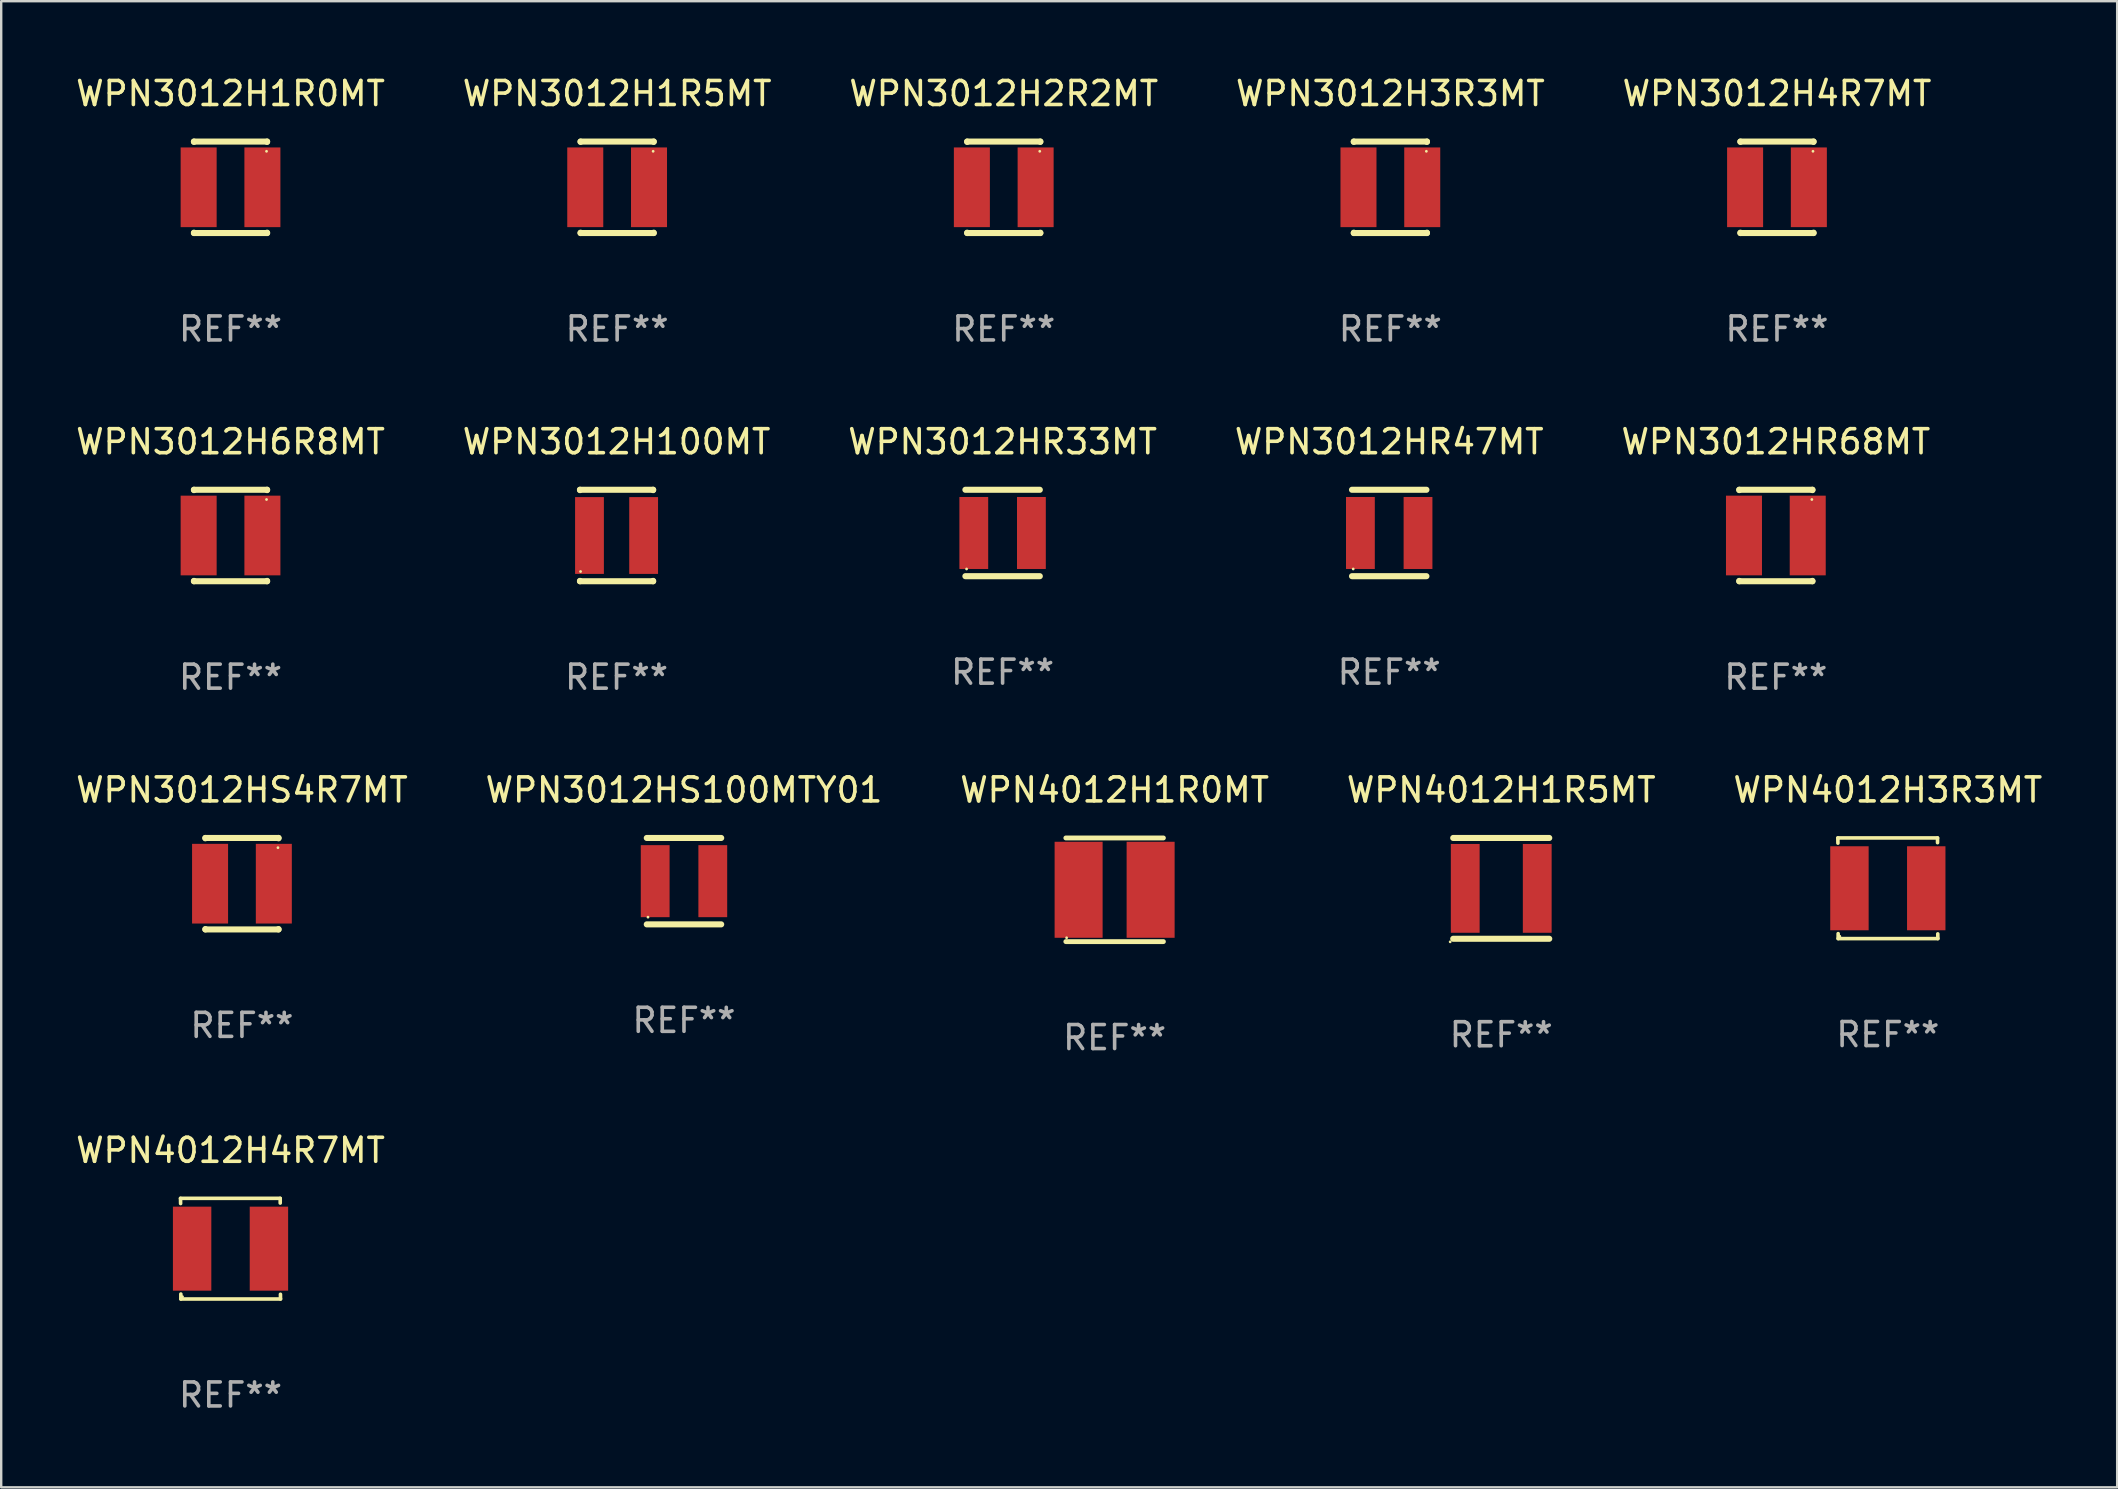
<source format=kicad_pcb>
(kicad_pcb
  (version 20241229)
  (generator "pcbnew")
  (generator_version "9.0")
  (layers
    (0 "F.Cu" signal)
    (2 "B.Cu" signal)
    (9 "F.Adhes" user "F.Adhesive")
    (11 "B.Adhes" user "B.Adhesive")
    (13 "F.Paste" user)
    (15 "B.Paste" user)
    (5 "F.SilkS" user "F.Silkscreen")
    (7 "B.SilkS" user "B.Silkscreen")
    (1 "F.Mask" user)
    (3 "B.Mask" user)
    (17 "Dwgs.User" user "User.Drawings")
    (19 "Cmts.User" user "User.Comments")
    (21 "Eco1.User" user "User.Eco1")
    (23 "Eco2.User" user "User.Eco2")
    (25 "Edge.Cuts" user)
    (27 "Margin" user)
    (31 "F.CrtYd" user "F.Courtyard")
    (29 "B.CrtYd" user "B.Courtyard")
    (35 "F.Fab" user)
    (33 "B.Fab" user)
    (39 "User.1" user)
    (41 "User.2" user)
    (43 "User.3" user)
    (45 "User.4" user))
  (footprint "WPN3012HR68MT"
    (layer "F.Cu")
    (at 70.935 19.26)
    (property "Reference" "WPN3012HR68MT" (at 0 -3.905 0) (layer "F.SilkS") (effects (font (size 1 1) (thickness 0.15))))
    (attr through_hole)
    (fp_line (start -1.524 -1.905) (end 1.524 -1.905) (stroke (width 0.254) (type solid)) (layer "F.SilkS"))
    (fp_line (start -1.524 -1.891) (end -1.524 -1.905) (stroke (width 0.254) (type solid)) (layer "F.SilkS"))
    (fp_line (start -1.524 1.905) (end -1.524 1.891) (stroke (width 0.254) (type solid)) (layer "F.SilkS"))
    (fp_line (start -1.524 1.905) (end 1.524 1.905) (stroke (width 0.254) (type solid)) (layer "F.SilkS"))
    (fp_line (start 1.524 -1.905) (end 1.524 -1.891) (stroke (width 0.254) (type solid)) (layer "F.SilkS"))
    (fp_line (start 1.524 1.891) (end 1.524 1.905) (stroke (width 0.254) (type solid)) (layer "F.SilkS"))
    (fp_circle (center 1.5 -1.5) (end 1.53 -1.5) (stroke (width 0.06) (type solid)) (fill no) (layer "F.SilkS"))
    (fp_text user "REF**" (at 0 5.905 0) (layer "F.Fab") (effects (font (size 1 1) (thickness 0.15))))
    (pad "1" smd rect (at 1.328 0) (size 1.5 3.32) (layers "F.Cu" "F.Mask" "F.Paste"))
    (pad "2" smd rect (at -1.328 0) (size 1.5 3.32) (layers "F.Cu" "F.Mask" "F.Paste")))
  (footprint "WPN3012HR47MT"
    (layer "F.Cu")
    (at 54.827 19.155)
    (property "Reference" "WPN3012HR47MT" (at 0 -3.8 0) (layer "F.SilkS") (effects (font (size 1 1) (thickness 0.15))))
    (attr through_hole)
    (fp_line (start -1.55 -1.8) (end 1.55 -1.8) (stroke (width 0.254) (type solid)) (layer "F.SilkS"))
    (fp_line (start -1.55 1.8) (end 1.55 1.8) (stroke (width 0.254) (type solid)) (layer "F.SilkS"))
    (fp_circle (center -1.5 1.5) (end -1.47 1.5) (stroke (width 0.06) (type solid)) (fill no) (layer "F.SilkS"))
    (fp_text user "REF**" (at 0 5.8 0) (layer "F.Fab") (effects (font (size 1 1) (thickness 0.15))))
    (pad "1" smd rect (at -1.2 0 90) (size 3 1.2) (layers "F.Cu" "F.Mask" "F.Paste"))
    (pad "2" smd rect (at 1.2 0 90) (size 3 1.2) (layers "F.Cu" "F.Mask" "F.Paste")))
  (footprint "WPN3012H3R3MT"
    (layer "F.Cu")
    (at 54.875 4.753)
    (property "Reference" "WPN3012H3R3MT" (at 0 -3.905 0) (layer "F.SilkS") (effects (font (size 1 1) (thickness 0.15))))
    (attr through_hole)
    (fp_line (start -1.524 -1.905) (end 1.524 -1.905) (stroke (width 0.254) (type solid)) (layer "F.SilkS"))
    (fp_line (start -1.524 -1.891) (end -1.524 -1.905) (stroke (width 0.254) (type solid)) (layer "F.SilkS"))
    (fp_line (start -1.524 1.905) (end -1.524 1.891) (stroke (width 0.254) (type solid)) (layer "F.SilkS"))
    (fp_line (start -1.524 1.905) (end 1.524 1.905) (stroke (width 0.254) (type solid)) (layer "F.SilkS"))
    (fp_line (start 1.524 -1.905) (end 1.524 -1.891) (stroke (width 0.254) (type solid)) (layer "F.SilkS"))
    (fp_line (start 1.524 1.891) (end 1.524 1.905) (stroke (width 0.254) (type solid)) (layer "F.SilkS"))
    (fp_circle (center 1.5 -1.5) (end 1.53 -1.5) (stroke (width 0.06) (type solid)) (fill no) (layer "F.SilkS"))
    (fp_text user "REF**" (at 0 5.905 0) (layer "F.Fab") (effects (font (size 1 1) (thickness 0.15))))
    (pad "1" smd rect (at 1.328 0) (size 1.5 3.32) (layers "F.Cu" "F.Mask" "F.Paste"))
    (pad "2" smd rect (at -1.328 0) (size 1.5 3.32) (layers "F.Cu" "F.Mask" "F.Paste")))
  (footprint "WPN3012HS100MTY01"
    (layer "F.Cu")
    (at 25.446 33.661)
    (property "Reference" "WPN3012HS100MTY01" (at 0 -3.8 0) (layer "F.SilkS") (effects (font (size 1 1) (thickness 0.15))))
    (attr through_hole)
    (fp_line (start -1.55 -1.8) (end 1.55 -1.8) (stroke (width 0.254) (type solid)) (layer "F.SilkS"))
    (fp_line (start -1.55 1.8) (end 1.55 1.8) (stroke (width 0.254) (type solid)) (layer "F.SilkS"))
    (fp_circle (center -1.5 1.5) (end -1.47 1.5) (stroke (width 0.06) (type solid)) (fill no) (layer "F.SilkS"))
    (fp_text user "REF**" (at 0 5.8 0) (layer "F.Fab") (effects (font (size 1 1) (thickness 0.15))))
    (pad "1" smd rect (at -1.2 0 90) (size 3 1.2) (layers "F.Cu" "F.Mask" "F.Paste"))
    (pad "2" smd rect (at 1.2 0 90) (size 3 1.2) (layers "F.Cu" "F.Mask" "F.Paste")))
  (footprint "WPN3012HS4R7MT"
    (layer "F.Cu")
    (at 7.03 33.766)
    (property "Reference" "WPN3012HS4R7MT" (at 0 -3.905 0) (layer "F.SilkS") (effects (font (size 1 1) (thickness 0.15))))
    (attr through_hole)
    (fp_line (start -1.524 -1.905) (end 1.524 -1.905) (stroke (width 0.254) (type solid)) (layer "F.SilkS"))
    (fp_line (start -1.524 -1.891) (end -1.524 -1.905) (stroke (width 0.254) (type solid)) (layer "F.SilkS"))
    (fp_line (start -1.524 1.905) (end -1.524 1.891) (stroke (width 0.254) (type solid)) (layer "F.SilkS"))
    (fp_line (start -1.524 1.905) (end 1.524 1.905) (stroke (width 0.254) (type solid)) (layer "F.SilkS"))
    (fp_line (start 1.524 -1.905) (end 1.524 -1.891) (stroke (width 0.254) (type solid)) (layer "F.SilkS"))
    (fp_line (start 1.524 1.891) (end 1.524 1.905) (stroke (width 0.254) (type solid)) (layer "F.SilkS"))
    (fp_circle (center 1.5 -1.5) (end 1.53 -1.5) (stroke (width 0.06) (type solid)) (fill no) (layer "F.SilkS"))
    (fp_text user "REF**" (at 0 5.905 0) (layer "F.Fab") (effects (font (size 1 1) (thickness 0.15))))
    (pad "1" smd rect (at 1.328 0) (size 1.5 3.32) (layers "F.Cu" "F.Mask" "F.Paste"))
    (pad "2" smd rect (at -1.328 0) (size 1.5 3.32) (layers "F.Cu" "F.Mask" "F.Paste")))
  (footprint "WPN3012HR33MT"
    (layer "F.Cu")
    (at 38.72 19.155)
    (property "Reference" "WPN3012HR33MT" (at 0 -3.8 0) (layer "F.SilkS") (effects (font (size 1 1) (thickness 0.15))))
    (attr through_hole)
    (fp_line (start -1.55 -1.8) (end 1.55 -1.8) (stroke (width 0.254) (type solid)) (layer "F.SilkS"))
    (fp_line (start -1.55 1.8) (end 1.55 1.8) (stroke (width 0.254) (type solid)) (layer "F.SilkS"))
    (fp_circle (center -1.5 1.5) (end -1.47 1.5) (stroke (width 0.06) (type solid)) (fill no) (layer "F.SilkS"))
    (fp_text user "REF**" (at 0 5.8 0) (layer "F.Fab") (effects (font (size 1 1) (thickness 0.15))))
    (pad "1" smd rect (at -1.2 0 90) (size 3 1.2) (layers "F.Cu" "F.Mask" "F.Paste"))
    (pad "2" smd rect (at 1.2 0 90) (size 3 1.2) (layers "F.Cu" "F.Mask" "F.Paste")))
  (footprint "WPN4012H1R5MT"
    (layer "F.Cu")
    (at 59.494 33.961)
    (property "Reference" "WPN4012H1R5MT" (at 0 -4.1 0) (layer "F.SilkS") (effects (font (size 1 1) (thickness 0.15))))
    (attr through_hole)
    (fp_line (start -2 -2.1) (end 2 -2.1) (stroke (width 0.254) (type solid)) (layer "F.SilkS"))
    (fp_line (start -2 2.1) (end 2 2.1) (stroke (width 0.254) (type solid)) (layer "F.SilkS"))
    (fp_circle (center -2.127 2.227) (end -2.097 2.227) (stroke (width 0.06) (type solid)) (fill no) (layer "F.SilkS"))
    (fp_text user "REF**" (at 0 6.1 0) (layer "F.Fab") (effects (font (size 1 1) (thickness 0.15))))
    (pad "1" smd rect (at -1.5 0 90) (size 3.7 1.2) (layers "F.Cu" "F.Mask" "F.Paste"))
    (pad "2" smd rect (at 1.5 0 90) (size 3.7 1.2) (layers "F.Cu" "F.Mask" "F.Paste")))
  (footprint "WPN3012H1R5MT"
    (layer "F.Cu")
    (at 22.661 4.753)
    (property "Reference" "WPN3012H1R5MT" (at 0 -3.905 0) (layer "F.SilkS") (effects (font (size 1 1) (thickness 0.15))))
    (attr through_hole)
    (fp_line (start -1.524 -1.905) (end 1.524 -1.905) (stroke (width 0.254) (type solid)) (layer "F.SilkS"))
    (fp_line (start -1.524 -1.891) (end -1.524 -1.905) (stroke (width 0.254) (type solid)) (layer "F.SilkS"))
    (fp_line (start -1.524 1.905) (end -1.524 1.891) (stroke (width 0.254) (type solid)) (layer "F.SilkS"))
    (fp_line (start -1.524 1.905) (end 1.524 1.905) (stroke (width 0.254) (type solid)) (layer "F.SilkS"))
    (fp_line (start 1.524 -1.905) (end 1.524 -1.891) (stroke (width 0.254) (type solid)) (layer "F.SilkS"))
    (fp_line (start 1.524 1.891) (end 1.524 1.905) (stroke (width 0.254) (type solid)) (layer "F.SilkS"))
    (fp_circle (center 1.5 -1.5) (end 1.53 -1.5) (stroke (width 0.06) (type solid)) (fill no) (layer "F.SilkS"))
    (fp_text user "REF**" (at 0 5.905 0) (layer "F.Fab") (effects (font (size 1 1) (thickness 0.15))))
    (pad "1" smd rect (at 1.328 0) (size 1.5 3.32) (layers "F.Cu" "F.Mask" "F.Paste"))
    (pad "2" smd rect (at -1.328 0) (size 1.5 3.32) (layers "F.Cu" "F.Mask" "F.Paste")))
  (footprint "WPN3012H2R2MT"
    (layer "F.Cu")
    (at 38.768 4.753)
    (property "Reference" "WPN3012H2R2MT" (at 0 -3.905 0) (layer "F.SilkS") (effects (font (size 1 1) (thickness 0.15))))
    (attr through_hole)
    (fp_line (start -1.524 -1.905) (end 1.524 -1.905) (stroke (width 0.254) (type solid)) (layer "F.SilkS"))
    (fp_line (start -1.524 -1.891) (end -1.524 -1.905) (stroke (width 0.254) (type solid)) (layer "F.SilkS"))
    (fp_line (start -1.524 1.905) (end -1.524 1.891) (stroke (width 0.254) (type solid)) (layer "F.SilkS"))
    (fp_line (start -1.524 1.905) (end 1.524 1.905) (stroke (width 0.254) (type solid)) (layer "F.SilkS"))
    (fp_line (start 1.524 -1.905) (end 1.524 -1.891) (stroke (width 0.254) (type solid)) (layer "F.SilkS"))
    (fp_line (start 1.524 1.891) (end 1.524 1.905) (stroke (width 0.254) (type solid)) (layer "F.SilkS"))
    (fp_circle (center 1.5 -1.5) (end 1.53 -1.5) (stroke (width 0.06) (type solid)) (fill no) (layer "F.SilkS"))
    (fp_text user "REF**" (at 0 5.905 0) (layer "F.Fab") (effects (font (size 1 1) (thickness 0.15))))
    (pad "1" smd rect (at 1.328 0) (size 1.5 3.32) (layers "F.Cu" "F.Mask" "F.Paste"))
    (pad "2" smd rect (at -1.328 0) (size 1.5 3.32) (layers "F.Cu" "F.Mask" "F.Paste")))
  (footprint "WPN4012H4R7MT"
    (layer "F.Cu")
    (at 6.554 48.972)
    (property "Reference" "WPN4012H4R7MT" (at 0 -4.096 0) (layer "F.SilkS") (effects (font (size 1 1) (thickness 0.15))))
    (attr through_hole)
    (fp_line (start -2.083 -2.096) (end -2.08 -1.88) (stroke (width 0.15) (type solid)) (layer "F.SilkS"))
    (fp_line (start -2.07 1.89) (end -2.07 2.096) (stroke (width 0.15) (type solid)) (layer "F.SilkS"))
    (fp_line (start -2.07 2.096) (end 2.083 2.096) (stroke (width 0.15) (type solid)) (layer "F.SilkS"))
    (fp_line (start 2.07 -1.9) (end 2.07 -2.096) (stroke (width 0.15) (type solid)) (layer "F.SilkS"))
    (fp_line (start 2.07 -2.096) (end -2.083 -2.096) (stroke (width 0.15) (type solid)) (layer "F.SilkS"))
    (fp_line (start 2.083 2.096) (end 2.08 1.9) (stroke (width 0.15) (type solid)) (layer "F.SilkS"))
    (fp_circle (center -2 2) (end -1.97 2) (stroke (width 0.06) (type solid)) (fill no) (layer "F.SilkS"))
    (fp_text user "REF**" (at 0 6.096 0) (layer "F.Fab") (effects (font (size 1 1) (thickness 0.15))))
    (pad "1" smd rect (at -1.6 -0.000343) (size 1.6 3.5) (layers "F.Cu" "F.Mask" "F.Paste"))
    (pad "2" smd rect (at 1.6 -0.000343) (size 1.6 3.5) (layers "F.Cu" "F.Mask" "F.Paste")))
  (footprint "WPN4012H1R0MT"
    (layer "F.Cu")
    (at 43.387 34.02)
    (property "Reference" "WPN4012H1R0MT" (at 0 -4.159 0) (layer "F.SilkS") (effects (font (size 1 1) (thickness 0.15))))
    (attr through_hole)
    (fp_line (start -2.032 -2.159) (end 2.032 -2.159) (stroke (width 0.203) (type solid)) (layer "F.SilkS"))
    (fp_line (start -2.032 2.159) (end 2.032 2.159) (stroke (width 0.203) (type solid)) (layer "F.SilkS"))
    (fp_circle (center -2 2) (end -1.97 2) (stroke (width 0.06) (type solid)) (fill no) (layer "F.SilkS"))
    (fp_text user "REF**" (at 0 6.159 0) (layer "F.Fab") (effects (font (size 1 1) (thickness 0.15))))
    (pad "1" smd rect (at -1.5 0) (size 2 4) (layers "F.Cu" "F.Mask" "F.Paste"))
    (pad "2" smd rect (at 1.5 0) (size 2 4) (layers "F.Cu" "F.Mask" "F.Paste")))
  (footprint "WPN3012H100MT"
    (layer "F.Cu")
    (at 22.637 19.26)
    (property "Reference" "WPN3012H100MT" (at 0 -3.905 0) (layer "F.SilkS") (effects (font (size 1 1) (thickness 0.15))))
    (attr through_hole)
    (fp_line (start -1.524 -1.905) (end 1.524 -1.905) (stroke (width 0.254) (type solid)) (layer "F.SilkS"))
    (fp_line (start -1.524 -1.891) (end -1.524 -1.905) (stroke (width 0.254) (type solid)) (layer "F.SilkS"))
    (fp_line (start -1.524 1.905) (end -1.524 1.891) (stroke (width 0.254) (type solid)) (layer "F.SilkS"))
    (fp_line (start -1.524 1.905) (end 1.524 1.905) (stroke (width 0.254) (type solid)) (layer "F.SilkS"))
    (fp_line (start 1.524 -1.905) (end 1.524 -1.891) (stroke (width 0.254) (type solid)) (layer "F.SilkS"))
    (fp_line (start 1.524 1.891) (end 1.524 1.905) (stroke (width 0.254) (type solid)) (layer "F.SilkS"))
    (fp_circle (center -1.5 1.5) (end -1.47 1.5) (stroke (width 0.06) (type solid)) (fill no) (layer "F.SilkS"))
    (fp_text user "REF**" (at 0 5.905 0) (layer "F.Fab") (effects (font (size 1 1) (thickness 0.15))))
    (pad "1" smd rect (at -1.128 -0.000076) (size 1.2 3.2) (layers "F.Cu" "F.Mask" "F.Paste"))
    (pad "2" smd rect (at 1.128 -0.000076) (size 1.2 3.2) (layers "F.Cu" "F.Mask" "F.Paste")))
  (footprint "WPN3012H4R7MT"
    (layer "F.Cu")
    (at 70.982 4.753)
    (property "Reference" "WPN3012H4R7MT" (at 0 -3.905 0) (layer "F.SilkS") (effects (font (size 1 1) (thickness 0.15))))
    (attr through_hole)
    (fp_line (start -1.524 -1.905) (end 1.524 -1.905) (stroke (width 0.254) (type solid)) (layer "F.SilkS"))
    (fp_line (start -1.524 -1.891) (end -1.524 -1.905) (stroke (width 0.254) (type solid)) (layer "F.SilkS"))
    (fp_line (start -1.524 1.905) (end -1.524 1.891) (stroke (width 0.254) (type solid)) (layer "F.SilkS"))
    (fp_line (start -1.524 1.905) (end 1.524 1.905) (stroke (width 0.254) (type solid)) (layer "F.SilkS"))
    (fp_line (start 1.524 -1.905) (end 1.524 -1.891) (stroke (width 0.254) (type solid)) (layer "F.SilkS"))
    (fp_line (start 1.524 1.891) (end 1.524 1.905) (stroke (width 0.254) (type solid)) (layer "F.SilkS"))
    (fp_circle (center 1.5 -1.5) (end 1.53 -1.5) (stroke (width 0.06) (type solid)) (fill no) (layer "F.SilkS"))
    (fp_text user "REF**" (at 0 5.905 0) (layer "F.Fab") (effects (font (size 1 1) (thickness 0.15))))
    (pad "1" smd rect (at 1.328 0) (size 1.5 3.32) (layers "F.Cu" "F.Mask" "F.Paste"))
    (pad "2" smd rect (at -1.328 0) (size 1.5 3.32) (layers "F.Cu" "F.Mask" "F.Paste")))
  (footprint "WPN3012H1R0MT"
    (layer "F.Cu")
    (at 6.554 4.753)
    (property "Reference" "WPN3012H1R0MT" (at 0 -3.905 0) (layer "F.SilkS") (effects (font (size 1 1) (thickness 0.15))))
    (attr through_hole)
    (fp_line (start -1.524 -1.905) (end 1.524 -1.905) (stroke (width 0.254) (type solid)) (layer "F.SilkS"))
    (fp_line (start -1.524 -1.891) (end -1.524 -1.905) (stroke (width 0.254) (type solid)) (layer "F.SilkS"))
    (fp_line (start -1.524 1.905) (end -1.524 1.891) (stroke (width 0.254) (type solid)) (layer "F.SilkS"))
    (fp_line (start -1.524 1.905) (end 1.524 1.905) (stroke (width 0.254) (type solid)) (layer "F.SilkS"))
    (fp_line (start 1.524 -1.905) (end 1.524 -1.891) (stroke (width 0.254) (type solid)) (layer "F.SilkS"))
    (fp_line (start 1.524 1.891) (end 1.524 1.905) (stroke (width 0.254) (type solid)) (layer "F.SilkS"))
    (fp_circle (center 1.5 -1.5) (end 1.53 -1.5) (stroke (width 0.06) (type solid)) (fill no) (layer "F.SilkS"))
    (fp_text user "REF**" (at 0 5.905 0) (layer "F.Fab") (effects (font (size 1 1) (thickness 0.15))))
    (pad "1" smd rect (at 1.328 0) (size 1.5 3.32) (layers "F.Cu" "F.Mask" "F.Paste"))
    (pad "2" smd rect (at -1.328 0) (size 1.5 3.32) (layers "F.Cu" "F.Mask" "F.Paste")))
  (footprint "WPN4012H3R3MT"
    (layer "F.Cu")
    (at 75.601 33.957)
    (property "Reference" "WPN4012H3R3MT" (at 0 -4.096 0) (layer "F.SilkS") (effects (font (size 1 1) (thickness 0.15))))
    (attr through_hole)
    (fp_line (start -2.083 -2.096) (end -2.08 -1.88) (stroke (width 0.15) (type solid)) (layer "F.SilkS"))
    (fp_line (start -2.07 1.89) (end -2.07 2.096) (stroke (width 0.15) (type solid)) (layer "F.SilkS"))
    (fp_line (start -2.07 2.096) (end 2.083 2.096) (stroke (width 0.15) (type solid)) (layer "F.SilkS"))
    (fp_line (start 2.07 -1.9) (end 2.07 -2.096) (stroke (width 0.15) (type solid)) (layer "F.SilkS"))
    (fp_line (start 2.07 -2.096) (end -2.083 -2.096) (stroke (width 0.15) (type solid)) (layer "F.SilkS"))
    (fp_line (start 2.083 2.096) (end 2.08 1.9) (stroke (width 0.15) (type solid)) (layer "F.SilkS"))
    (fp_circle (center -2 2) (end -1.97 2) (stroke (width 0.06) (type solid)) (fill no) (layer "F.SilkS"))
    (fp_text user "REF**" (at 0 6.096 0) (layer "F.Fab") (effects (font (size 1 1) (thickness 0.15))))
    (pad "1" smd rect (at -1.6 -0.000343) (size 1.6 3.5) (layers "F.Cu" "F.Mask" "F.Paste"))
    (pad "2" smd rect (at 1.6 -0.000343) (size 1.6 3.5) (layers "F.Cu" "F.Mask" "F.Paste")))
  (footprint "WPN3012H6R8MT"
    (layer "F.Cu")
    (at 6.554 19.26)
    (property "Reference" "WPN3012H6R8MT" (at 0 -3.905 0) (layer "F.SilkS") (effects (font (size 1 1) (thickness 0.15))))
    (attr through_hole)
    (fp_line (start -1.524 -1.905) (end 1.524 -1.905) (stroke (width 0.254) (type solid)) (layer "F.SilkS"))
    (fp_line (start -1.524 -1.891) (end -1.524 -1.905) (stroke (width 0.254) (type solid)) (layer "F.SilkS"))
    (fp_line (start -1.524 1.905) (end -1.524 1.891) (stroke (width 0.254) (type solid)) (layer "F.SilkS"))
    (fp_line (start -1.524 1.905) (end 1.524 1.905) (stroke (width 0.254) (type solid)) (layer "F.SilkS"))
    (fp_line (start 1.524 -1.905) (end 1.524 -1.891) (stroke (width 0.254) (type solid)) (layer "F.SilkS"))
    (fp_line (start 1.524 1.891) (end 1.524 1.905) (stroke (width 0.254) (type solid)) (layer "F.SilkS"))
    (fp_circle (center 1.5 -1.5) (end 1.53 -1.5) (stroke (width 0.06) (type solid)) (fill no) (layer "F.SilkS"))
    (fp_text user "REF**" (at 0 5.905 0) (layer "F.Fab") (effects (font (size 1 1) (thickness 0.15))))
    (pad "1" smd rect (at 1.328 0) (size 1.5 3.32) (layers "F.Cu" "F.Mask" "F.Paste"))
    (pad "2" smd rect (at -1.328 0) (size 1.5 3.32) (layers "F.Cu" "F.Mask" "F.Paste")))
  (gr_rect
    (start -3 -3)
    (end 85.155 58.916)
    (stroke (width 0.1) (type default))
    (fill no)
    (layer "Edge.Cuts")))
</source>
